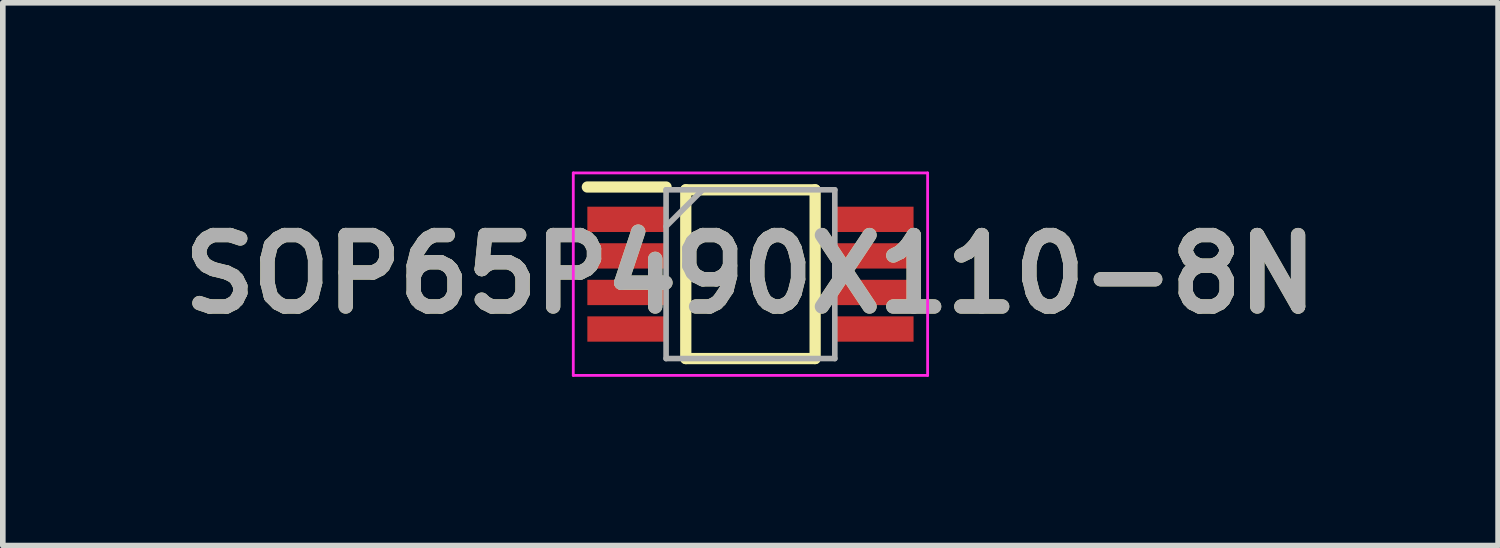
<source format=kicad_pcb>
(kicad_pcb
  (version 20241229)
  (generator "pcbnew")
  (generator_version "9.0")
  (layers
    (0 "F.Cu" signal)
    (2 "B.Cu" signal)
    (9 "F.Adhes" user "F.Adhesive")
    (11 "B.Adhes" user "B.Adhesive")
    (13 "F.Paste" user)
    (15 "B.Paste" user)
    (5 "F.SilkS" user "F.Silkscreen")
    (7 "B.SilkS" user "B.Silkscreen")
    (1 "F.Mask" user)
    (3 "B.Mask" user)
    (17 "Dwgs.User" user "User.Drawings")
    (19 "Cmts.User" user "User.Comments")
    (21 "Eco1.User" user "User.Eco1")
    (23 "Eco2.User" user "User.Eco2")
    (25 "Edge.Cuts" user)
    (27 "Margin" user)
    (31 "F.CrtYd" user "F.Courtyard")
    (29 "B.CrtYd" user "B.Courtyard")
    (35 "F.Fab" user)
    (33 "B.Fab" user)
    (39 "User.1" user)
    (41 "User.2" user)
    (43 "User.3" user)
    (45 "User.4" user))
  (footprint "SOP65P490X110-8N"
    (layer "F.Cu")
    (at 10.293 1.825)
    (property "Reference" "SOP65P490X110-8N" (at 0 0 0) (layer "F.SilkS") (effects (font (size 1.27 1.27) (thickness 0.254))))
    (attr smd)
    (fp_line (start -2.9 -1.55) (end -1.5 -1.55) (stroke (width 0.2) (type solid)) (layer "F.SilkS"))
    (fp_line (start -1.15 -1.5) (end 1.15 -1.5) (stroke (width 0.2) (type solid)) (layer "F.SilkS"))
    (fp_line (start -1.15 1.5) (end -1.15 -1.5) (stroke (width 0.2) (type solid)) (layer "F.SilkS"))
    (fp_line (start 1.15 -1.5) (end 1.15 1.5) (stroke (width 0.2) (type solid)) (layer "F.SilkS"))
    (fp_line (start 1.15 1.5) (end -1.15 1.5) (stroke (width 0.2) (type solid)) (layer "F.SilkS"))
    (fp_line (start -3.15 -1.8) (end 3.15 -1.8) (stroke (width 0.05) (type solid)) (layer "F.CrtYd"))
    (fp_line (start -3.15 1.8) (end -3.15 -1.8) (stroke (width 0.05) (type solid)) (layer "F.CrtYd"))
    (fp_line (start 3.15 -1.8) (end 3.15 1.8) (stroke (width 0.05) (type solid)) (layer "F.CrtYd"))
    (fp_line (start 3.15 1.8) (end -3.15 1.8) (stroke (width 0.05) (type solid)) (layer "F.CrtYd"))
    (fp_line (start -1.5 -1.5) (end 1.5 -1.5) (stroke (width 0.1) (type solid)) (layer "F.Fab"))
    (fp_line (start -1.5 -0.85) (end -0.85 -1.5) (stroke (width 0.1) (type solid)) (layer "F.Fab"))
    (fp_line (start -1.5 1.5) (end -1.5 -1.5) (stroke (width 0.1) (type solid)) (layer "F.Fab"))
    (fp_line (start 1.5 -1.5) (end 1.5 1.5) (stroke (width 0.1) (type solid)) (layer "F.Fab"))
    (fp_line (start 1.5 1.5) (end -1.5 1.5) (stroke (width 0.1) (type solid)) (layer "F.Fab"))
    (fp_text user "${REFERENCE}" (at 0 0 0) (layer "F.Fab") (effects (font (size 1.27 1.27) (thickness 0.254))))
    (pad "1" smd rect (at -2.2 -0.975 90) (size 0.45 1.4) (layers "F.Cu" "F.Mask" "F.Paste"))
    (pad "2" smd rect (at -2.2 -0.325 90) (size 0.45 1.4) (layers "F.Cu" "F.Mask" "F.Paste"))
    (pad "3" smd rect (at -2.2 0.325 90) (size 0.45 1.4) (layers "F.Cu" "F.Mask" "F.Paste"))
    (pad "4" smd rect (at -2.2 0.975 90) (size 0.45 1.4) (layers "F.Cu" "F.Mask" "F.Paste"))
    (pad "5" smd rect (at 2.2 0.975 90) (size 0.45 1.4) (layers "F.Cu" "F.Mask" "F.Paste"))
    (pad "6" smd rect (at 2.2 0.325 90) (size 0.45 1.4) (layers "F.Cu" "F.Mask" "F.Paste"))
    (pad "7" smd rect (at 2.2 -0.325 90) (size 0.45 1.4) (layers "F.Cu" "F.Mask" "F.Paste"))
    (pad "8" smd rect (at 2.2 -0.975 90) (size 0.45 1.4) (layers "F.Cu" "F.Mask" "F.Paste")))
  (gr_rect
    (start -3 -3)
    (end 23.586 6.65)
    (stroke (width 0.1) (type default))
    (fill no)
    (layer "Edge.Cuts")))
</source>
